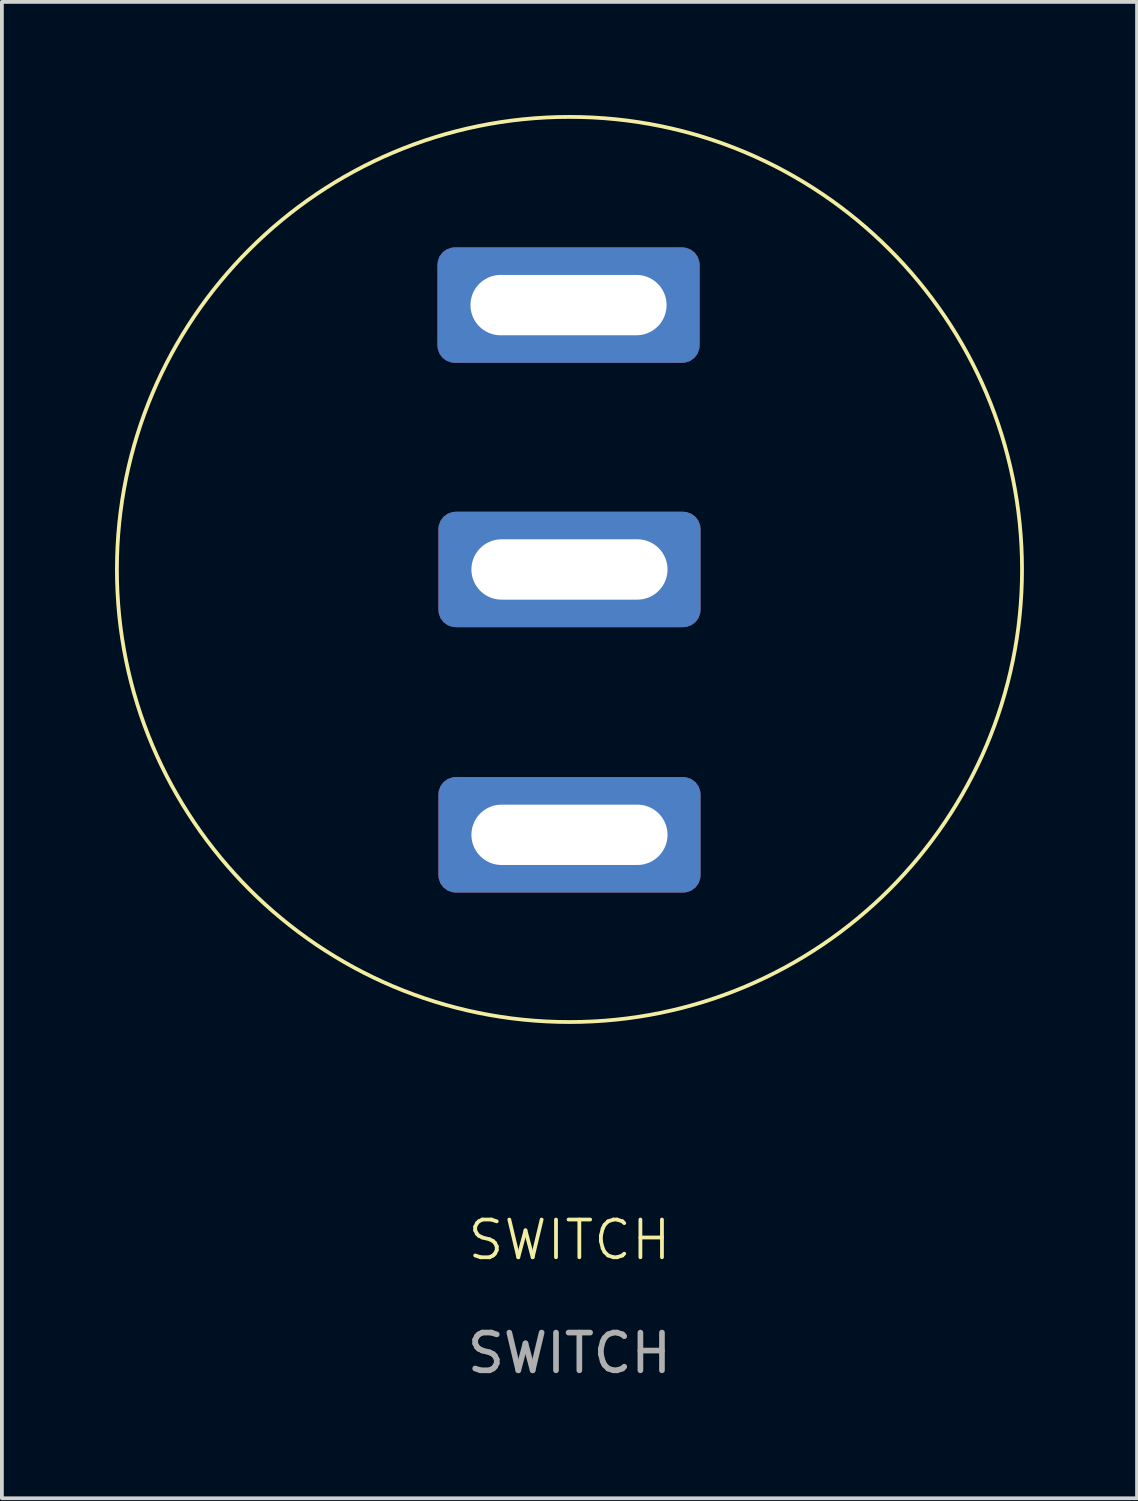
<source format=kicad_pcb>
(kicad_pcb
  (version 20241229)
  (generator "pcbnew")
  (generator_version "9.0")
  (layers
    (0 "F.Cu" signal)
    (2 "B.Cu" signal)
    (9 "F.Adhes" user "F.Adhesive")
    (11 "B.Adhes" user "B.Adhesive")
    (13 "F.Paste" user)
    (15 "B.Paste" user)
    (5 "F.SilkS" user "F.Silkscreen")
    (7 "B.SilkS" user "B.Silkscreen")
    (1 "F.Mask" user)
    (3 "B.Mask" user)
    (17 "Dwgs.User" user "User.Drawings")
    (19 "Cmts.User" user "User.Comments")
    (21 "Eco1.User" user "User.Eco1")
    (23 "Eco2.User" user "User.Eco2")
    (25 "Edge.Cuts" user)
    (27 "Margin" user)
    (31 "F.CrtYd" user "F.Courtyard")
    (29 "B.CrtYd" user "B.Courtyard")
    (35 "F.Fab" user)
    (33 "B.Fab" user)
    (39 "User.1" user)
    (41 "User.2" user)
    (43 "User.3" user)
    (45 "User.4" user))
  (footprint "SWITCH"
    (layer "F.Cu")
    (at 12.05 12.05)
    (property "Reference" "SWITCH" (at 0 17.78 0) (unlocked yes) (layer "F.SilkS") (effects (font (size 1 1) (thickness 0.1))))
    (attr through_hole)
    (fp_circle (center 0 0) (end 12 0) (stroke (width 0.1) (type solid)) (fill no) (layer "F.SilkS"))
    (fp_text user "${REFERENCE}" (at 0 20.78 0) (unlocked yes) (layer "F.Fab") (effects (font (size 1 1) (thickness 0.15))))
    (pad "1" thru_hole roundrect (at 0 7.036) (size 6.95 3.06) (drill oval 5.2 1.6) (layers "*.Cu" "*.Mask") (roundrect_rratio 0.15))
    (pad "2" thru_hole roundrect (at 0 0) (size 6.95 3.06) (drill oval 5.2 1.6) (layers "*.Cu" "*.Mask") (roundrect_rratio 0.15))
    (pad "3" thru_hole roundrect (at -0.025 -7.01) (size 6.95 3.06) (drill oval 5.2 1.6) (layers "*.Cu" "*.Mask") (roundrect_rratio 0.15)))
  (gr_rect
    (start -3 -3)
    (end 27.1 36.678)
    (stroke (width 0.1) (type default))
    (fill no)
    (layer "Edge.Cuts")))
</source>
